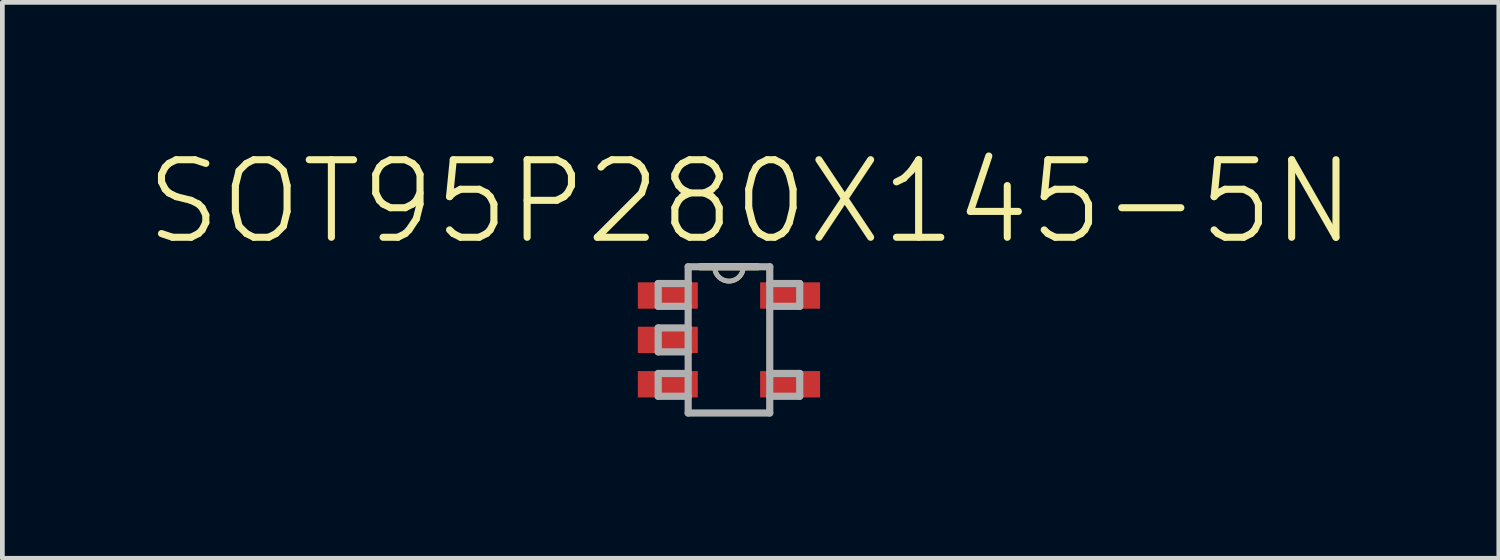
<source format=kicad_pcb>
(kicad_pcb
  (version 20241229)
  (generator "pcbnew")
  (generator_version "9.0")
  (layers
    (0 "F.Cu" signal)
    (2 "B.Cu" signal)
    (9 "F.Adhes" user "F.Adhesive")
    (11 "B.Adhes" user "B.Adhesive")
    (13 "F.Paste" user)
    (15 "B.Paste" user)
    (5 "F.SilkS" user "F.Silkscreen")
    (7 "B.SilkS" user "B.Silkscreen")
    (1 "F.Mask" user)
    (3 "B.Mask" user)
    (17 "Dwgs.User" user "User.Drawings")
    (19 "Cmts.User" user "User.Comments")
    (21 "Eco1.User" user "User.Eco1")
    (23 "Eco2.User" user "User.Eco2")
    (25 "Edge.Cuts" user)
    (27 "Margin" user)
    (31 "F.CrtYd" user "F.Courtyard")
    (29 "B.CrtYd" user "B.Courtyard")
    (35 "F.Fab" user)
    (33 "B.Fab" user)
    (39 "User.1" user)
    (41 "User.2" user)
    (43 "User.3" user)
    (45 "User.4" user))
  (footprint "SOT95P280X145-5N"
    (layer "F.Cu")
    (at 12.392 4.15)
    (property "Reference" "SOT95P280X145-5N" (at 0.458 -2.926 0) (layer "F.SilkS") (effects (font (size 1.643 1.643) (thickness 0.15))))
    (attr smd)
    (fp_line (start -0.305 -1.549) (end -0.61 -1.549) (stroke (width 0.152) (type solid)) (layer "F.SilkS"))
    (fp_line (start 0.305 -1.549) (end -0.305 -1.549) (stroke (width 0.152) (type solid)) (layer "F.SilkS"))
    (fp_line (start 0.61 -1.549) (end 0.305 -1.549) (stroke (width 0.152) (type solid)) (layer "F.SilkS"))
    (fp_arc (start 0.3048 -1.5494) (mid 0 -1.2446) (end -0.3048 -1.5494) (stroke (width 0.1) (type solid)) (layer "F.SilkS"))
    (fp_line (start -1.499 -1.194) (end -1.499 -0.711) (stroke (width 0.152) (type solid)) (layer "F.Fab"))
    (fp_line (start -1.499 -0.711) (end -0.864 -0.711) (stroke (width 0.152) (type solid)) (layer "F.Fab"))
    (fp_line (start -1.499 -0.254) (end -1.499 0.254) (stroke (width 0.152) (type solid)) (layer "F.Fab"))
    (fp_line (start -1.499 0.254) (end -0.864 0.254) (stroke (width 0.152) (type solid)) (layer "F.Fab"))
    (fp_line (start -1.499 0.711) (end -1.499 1.194) (stroke (width 0.152) (type solid)) (layer "F.Fab"))
    (fp_line (start -1.499 1.194) (end -0.864 1.194) (stroke (width 0.152) (type solid)) (layer "F.Fab"))
    (fp_line (start -0.864 -1.549) (end -0.864 -1.194) (stroke (width 0.152) (type solid)) (layer "F.Fab"))
    (fp_line (start -0.864 -1.194) (end -1.499 -1.194) (stroke (width 0.152) (type solid)) (layer "F.Fab"))
    (fp_line (start -0.864 -1.194) (end -0.864 -0.711) (stroke (width 0.152) (type solid)) (layer "F.Fab"))
    (fp_line (start -0.864 -0.711) (end -0.864 -0.254) (stroke (width 0.152) (type solid)) (layer "F.Fab"))
    (fp_line (start -0.864 -0.254) (end -1.499 -0.254) (stroke (width 0.152) (type solid)) (layer "F.Fab"))
    (fp_line (start -0.864 -0.254) (end -0.864 0.254) (stroke (width 0.152) (type solid)) (layer "F.Fab"))
    (fp_line (start -0.864 0.254) (end -0.864 0.711) (stroke (width 0.152) (type solid)) (layer "F.Fab"))
    (fp_line (start -0.864 0.711) (end -1.499 0.711) (stroke (width 0.152) (type solid)) (layer "F.Fab"))
    (fp_line (start -0.864 1.194) (end -0.864 0.711) (stroke (width 0.152) (type solid)) (layer "F.Fab"))
    (fp_line (start -0.864 1.549) (end -0.864 1.194) (stroke (width 0.152) (type solid)) (layer "F.Fab"))
    (fp_line (start -0.864 1.549) (end 0.864 1.549) (stroke (width 0.152) (type solid)) (layer "F.Fab"))
    (fp_line (start -0.305 -1.549) (end -0.864 -1.549) (stroke (width 0.152) (type solid)) (layer "F.Fab"))
    (fp_line (start 0.305 -1.549) (end -0.305 -1.549) (stroke (width 0.152) (type solid)) (layer "F.Fab"))
    (fp_line (start 0.864 -1.549) (end 0.305 -1.549) (stroke (width 0.152) (type solid)) (layer "F.Fab"))
    (fp_line (start 0.864 -1.549) (end 0.864 -1.194) (stroke (width 0.152) (type solid)) (layer "F.Fab"))
    (fp_line (start 0.864 -1.194) (end 0.864 -0.711) (stroke (width 0.152) (type solid)) (layer "F.Fab"))
    (fp_line (start 0.864 -0.711) (end 1.499 -0.711) (stroke (width 0.152) (type solid)) (layer "F.Fab"))
    (fp_line (start 0.864 0.711) (end 0.864 -0.711) (stroke (width 0.152) (type solid)) (layer "F.Fab"))
    (fp_line (start 0.864 1.194) (end 0.864 0.711) (stroke (width 0.152) (type solid)) (layer "F.Fab"))
    (fp_line (start 0.864 1.194) (end 1.499 1.194) (stroke (width 0.152) (type solid)) (layer "F.Fab"))
    (fp_line (start 0.864 1.549) (end 0.864 1.194) (stroke (width 0.152) (type solid)) (layer "F.Fab"))
    (fp_line (start 1.499 -1.194) (end 0.864 -1.194) (stroke (width 0.152) (type solid)) (layer "F.Fab"))
    (fp_line (start 1.499 -0.711) (end 1.499 -1.194) (stroke (width 0.152) (type solid)) (layer "F.Fab"))
    (fp_line (start 1.499 0.711) (end 0.864 0.711) (stroke (width 0.152) (type solid)) (layer "F.Fab"))
    (fp_line (start 1.499 1.194) (end 1.499 0.711) (stroke (width 0.152) (type solid)) (layer "F.Fab"))
    (fp_arc (start 0.3048 -1.5494) (mid 0 -1.2446) (end -0.3048 -1.5494) (stroke (width 0.1) (type solid)) (layer "F.Fab"))
    (pad "1" smd rect (at -1.295 -0.94) (size 1.27 0.559) (layers "F.Cu" "F.Mask" "F.Paste"))
    (pad "2" smd rect (at -1.295 0) (size 1.27 0.559) (layers "F.Cu" "F.Mask" "F.Paste"))
    (pad "3" smd rect (at -1.295 0.94) (size 1.27 0.559) (layers "F.Cu" "F.Mask" "F.Paste"))
    (pad "4" smd rect (at 1.295 0.94) (size 1.27 0.559) (layers "F.Cu" "F.Mask" "F.Paste"))
    (pad "5" smd rect (at 1.295 -0.94) (size 1.27 0.559) (layers "F.Cu" "F.Mask" "F.Paste")))
  (gr_rect
    (start -3 -3)
    (end 28.7 8.776)
    (stroke (width 0.1) (type default))
    (fill no)
    (layer "Edge.Cuts")))
</source>
